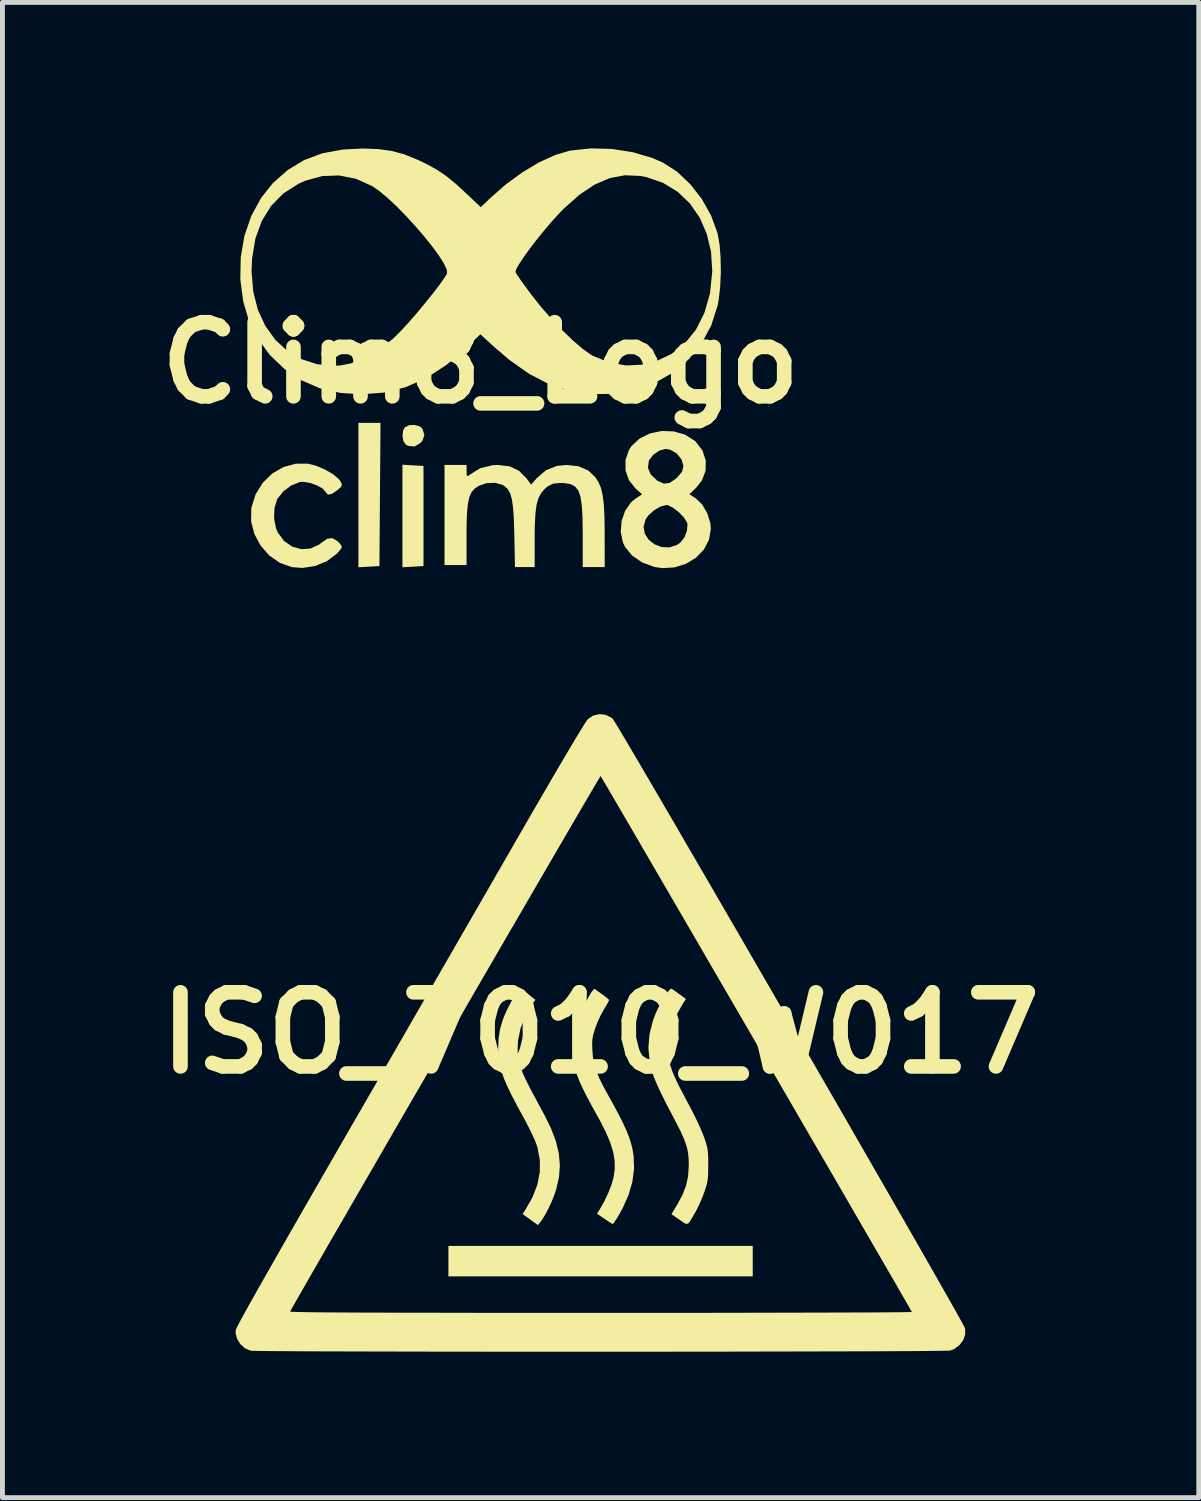
<source format=kicad_pcb>
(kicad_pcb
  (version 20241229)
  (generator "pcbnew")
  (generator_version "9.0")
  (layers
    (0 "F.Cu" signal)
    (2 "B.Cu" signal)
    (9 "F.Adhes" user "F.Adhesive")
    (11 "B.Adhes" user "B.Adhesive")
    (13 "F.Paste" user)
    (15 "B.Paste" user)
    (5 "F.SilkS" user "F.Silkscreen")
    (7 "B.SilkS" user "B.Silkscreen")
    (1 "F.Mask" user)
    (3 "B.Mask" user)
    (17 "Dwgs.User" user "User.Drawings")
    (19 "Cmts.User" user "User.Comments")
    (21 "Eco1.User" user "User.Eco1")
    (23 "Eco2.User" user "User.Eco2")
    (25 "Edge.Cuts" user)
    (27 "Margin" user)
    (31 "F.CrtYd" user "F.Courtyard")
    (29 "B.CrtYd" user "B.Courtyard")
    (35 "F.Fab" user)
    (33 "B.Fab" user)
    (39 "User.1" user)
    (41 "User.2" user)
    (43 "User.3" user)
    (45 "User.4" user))
  (footprint "Clim8_Logo"
    (layer "F.Cu")
    (at 6.829 4.408)
    (property "Reference" "Clim8_Logo" (at 0 0 0) (layer "F.SilkS") (effects (font (size 1.524 1.524) (thickness 0.3))))
    (attr board_only exclude_from_pos_files exclude_from_bom)
    (fp_poly (pts (xy -2.068 2.707) (xy -2.079 4.178) (xy -2.295 4.191) (xy -2.511 4.203) (xy -2.511 1.235) (xy -2.057 1.235)) (stroke (width 0) (type solid)) (fill yes) (layer "F.SilkS"))
    (fp_poly (pts (xy -1.389 2.108) (xy -1.173 2.12) (xy -1.173 4.178) (xy -1.389 4.191) (xy -1.606 4.203) (xy -1.606 2.095)) (stroke (width 0) (type solid)) (fill yes) (layer "F.SilkS"))
    (fp_poly (pts (xy -1.246 1.309) (xy -1.195 1.356) (xy -1.155 1.485) (xy -1.192 1.596) (xy -1.235 1.647) (xy -1.353 1.719) (xy -1.48 1.71) (xy -1.533 1.685) (xy -1.585 1.614) (xy -1.605 1.503) (xy -1.592 1.391) (xy -1.556 1.326) (xy -1.467 1.282) (xy -1.351 1.278)) (stroke (width 0) (type solid)) (fill yes) (layer "F.SilkS"))
    (fp_poly (pts (xy -3.55 2.074) (xy -3.383 2.116) (xy -3.203 2.192) (xy -3.04 2.286) (xy -2.919 2.385) (xy -2.889 2.423) (xy -2.851 2.492) (xy -2.86 2.541) (xy -2.924 2.602) (xy -2.945 2.619) (xy -3.061 2.697) (xy -3.137 2.71) (xy -3.183 2.66) (xy -3.186 2.653) (xy -3.248 2.584) (xy -3.363 2.52) (xy -3.504 2.47) (xy -3.641 2.447) (xy -3.717 2.451) (xy -3.893 2.522) (xy -4.058 2.647) (xy -4.178 2.798) (xy -4.183 2.809) (xy -4.237 2.987) (xy -4.245 3.196) (xy -4.206 3.4) (xy -4.169 3.488) (xy -4.041 3.661) (xy -3.875 3.777) (xy -3.688 3.831) (xy -3.498 3.819) (xy -3.319 3.737) (xy -3.275 3.702) (xy -3.15 3.616) (xy -3.044 3.604) (xy -2.94 3.667) (xy -2.901 3.707) (xy -2.859 3.76) (xy -2.857 3.805) (xy -2.902 3.866) (xy -2.964 3.932) (xy -3.159 4.078) (xy -3.399 4.176) (xy -3.659 4.217) (xy -3.879 4.201) (xy -4.127 4.113) (xy -4.345 3.96) (xy -4.522 3.757) (xy -4.65 3.519) (xy -4.717 3.26) (xy -4.713 2.995) (xy -4.71 2.976) (xy -4.624 2.702) (xy -4.477 2.466) (xy -4.282 2.276) (xy -4.051 2.142) (xy -3.794 2.073)) (stroke (width 0) (type solid)) (fill yes) (layer "F.SilkS"))
    (fp_poly (pts (xy -0.288 2.229) (xy -0.284 2.315) (xy -0.262 2.331) (xy -0.216 2.296) (xy -0.007 2.166) (xy 0.246 2.105) (xy 0.358 2.1) (xy 0.597 2.128) (xy 0.787 2.218) (xy 0.945 2.376) (xy 0.949 2.381) (xy 1.039 2.503) (xy 1.158 2.368) (xy 1.347 2.207) (xy 1.571 2.119) (xy 1.767 2.1) (xy 2.018 2.128) (xy 2.217 2.216) (xy 2.359 2.353) (xy 2.425 2.455) (xy 2.475 2.573) (xy 2.51 2.721) (xy 2.533 2.91) (xy 2.546 3.153) (xy 2.551 3.463) (xy 2.551 3.53) (xy 2.552 4.199) (xy 2.1 4.199) (xy 2.1 3.518) (xy 2.096 3.195) (xy 2.082 2.945) (xy 2.055 2.759) (xy 2.01 2.627) (xy 1.942 2.542) (xy 1.849 2.494) (xy 1.725 2.473) (xy 1.633 2.47) (xy 1.488 2.485) (xy 1.377 2.542) (xy 1.326 2.586) (xy 1.249 2.673) (xy 1.192 2.778) (xy 1.152 2.914) (xy 1.128 3.094) (xy 1.115 3.332) (xy 1.112 3.612) (xy 1.112 4.199) (xy 0.707 4.199) (xy 0.693 3.509) (xy 0.684 3.207) (xy 0.668 2.976) (xy 0.643 2.804) (xy 0.607 2.68) (xy 0.556 2.593) (xy 0.487 2.532) (xy 0.447 2.508) (xy 0.295 2.466) (xy 0.117 2.476) (xy -0.03 2.526) (xy -0.119 2.584) (xy -0.186 2.659) (xy -0.233 2.765) (xy -0.263 2.913) (xy -0.281 3.114) (xy -0.288 3.381) (xy -0.288 3.516) (xy -0.288 4.158) (xy -0.741 4.158) (xy -0.741 2.1) (xy -0.288 2.1)) (stroke (width 0) (type solid)) (fill yes) (layer "F.SilkS"))
    (fp_poly (pts (xy 3.968 1.41) (xy 4.2 1.475) (xy 4.399 1.6) (xy 4.42 1.618) (xy 4.561 1.801) (xy 4.629 2.007) (xy 4.626 2.218) (xy 4.55 2.42) (xy 4.426 2.575) (xy 4.293 2.701) (xy 4.426 2.788) (xy 4.557 2.915) (xy 4.661 3.094) (xy 4.723 3.294) (xy 4.734 3.411) (xy 4.696 3.638) (xy 4.59 3.84) (xy 4.428 4.007) (xy 4.223 4.132) (xy 3.987 4.206) (xy 3.733 4.221) (xy 3.57 4.196) (xy 3.322 4.104) (xy 3.117 3.964) (xy 2.97 3.785) (xy 2.925 3.692) (xy 2.881 3.476) (xy 2.89 3.372) (xy 3.351 3.372) (xy 3.377 3.515) (xy 3.458 3.639) (xy 3.578 3.733) (xy 3.724 3.788) (xy 3.882 3.795) (xy 4.038 3.744) (xy 4.106 3.696) (xy 4.19 3.59) (xy 4.243 3.453) (xy 4.254 3.322) (xy 4.244 3.282) (xy 4.182 3.183) (xy 4.082 3.078) (xy 3.967 2.986) (xy 3.862 2.931) (xy 3.822 2.923) (xy 3.699 2.954) (xy 3.563 3.034) (xy 3.446 3.141) (xy 3.393 3.218) (xy 3.351 3.372) (xy 2.89 3.372) (xy 2.899 3.25) (xy 2.973 3.04) (xy 3.095 2.866) (xy 3.185 2.792) (xy 3.321 2.703) (xy 3.186 2.584) (xy 3.049 2.413) (xy 2.98 2.212) (xy 2.98 2.158) (xy 3.44 2.158) (xy 3.499 2.297) (xy 3.635 2.424) (xy 3.646 2.43) (xy 3.768 2.484) (xy 3.884 2.47) (xy 4.011 2.385) (xy 4.041 2.358) (xy 4.142 2.238) (xy 4.171 2.124) (xy 4.133 1.992) (xy 4.13 1.986) (xy 4.034 1.865) (xy 3.9 1.787) (xy 3.804 1.77) (xy 3.677 1.804) (xy 3.552 1.889) (xy 3.466 1.999) (xy 3.46 2.011) (xy 3.44 2.158) (xy 2.98 2.158) (xy 2.979 1.999) (xy 3.05 1.793) (xy 3.103 1.711) (xy 3.272 1.554) (xy 3.485 1.451) (xy 3.723 1.402)) (stroke (width 0) (type solid)) (fill yes) (layer "F.SilkS"))
    (fp_poly (pts (xy 2.703 -4.396) (xy 3.134 -4.328) (xy 3.536 -4.209) (xy 3.752 -4.114) (xy 4.044 -3.925) (xy 4.313 -3.67) (xy 4.549 -3.366) (xy 4.738 -3.028) (xy 4.869 -2.672) (xy 4.875 -2.649) (xy 4.913 -2.432) (xy 4.934 -2.161) (xy 4.939 -1.864) (xy 4.926 -1.568) (xy 4.896 -1.301) (xy 4.874 -1.181) (xy 4.741 -0.766) (xy 4.542 -0.396) (xy 4.281 -0.074) (xy 3.965 0.195) (xy 3.598 0.405) (xy 3.185 0.554) (xy 2.733 0.635) (xy 2.696 0.639) (xy 2.255 0.644) (xy 1.83 0.58) (xy 1.416 0.443) (xy 1.006 0.232) (xy 0.595 -0.057) (xy 0.276 -0.329) (xy -0.004 -0.587) (xy -0.3 -0.301) (xy -0.704 0.046) (xy -1.116 0.313) (xy -1.54 0.501) (xy -1.981 0.612) (xy -2.446 0.648) (xy -2.882 0.619) (xy -3.299 0.525) (xy -3.684 0.359) (xy -4.031 0.128) (xy -4.333 -0.161) (xy -4.581 -0.501) (xy -4.768 -0.885) (xy -4.878 -1.257) (xy -4.939 -1.715) (xy -4.936 -1.873) (xy -4.708 -1.873) (xy -4.673 -1.462) (xy -4.577 -1.087) (xy -4.423 -0.756) (xy -4.219 -0.472) (xy -3.97 -0.243) (xy -3.68 -0.074) (xy -3.356 0.03) (xy -3.002 0.061) (xy -2.882 0.055) (xy -2.673 0.014) (xy -2.435 -0.072) (xy -2.361 -0.106) (xy -2.09 -0.266) (xy -1.812 -0.486) (xy -1.759 -0.534) (xy -1.634 -0.66) (xy -1.483 -0.824) (xy -1.318 -1.013) (xy -1.152 -1.212) (xy -0.994 -1.408) (xy -0.857 -1.586) (xy -0.752 -1.733) (xy -0.691 -1.834) (xy -0.689 -1.839) (xy -0.691 -1.864) (xy 0.718 -1.864) (xy 0.751 -1.809) (xy 0.822 -1.704) (xy 0.923 -1.564) (xy 1.039 -1.407) (xy 1.24 -1.153) (xy 1.459 -0.902) (xy 1.685 -0.664) (xy 1.905 -0.453) (xy 2.105 -0.282) (xy 2.274 -0.163) (xy 2.305 -0.145) (xy 2.643 -0.007) (xy 2.992 0.055) (xy 3.34 0.038) (xy 3.601 -0.028) (xy 3.928 -0.184) (xy 4.206 -0.405) (xy 4.431 -0.686) (xy 4.601 -1.024) (xy 4.713 -1.416) (xy 4.72 -1.458) (xy 4.763 -1.88) (xy 4.738 -2.28) (xy 4.65 -2.651) (xy 4.504 -2.985) (xy 4.303 -3.275) (xy 4.052 -3.515) (xy 3.754 -3.698) (xy 3.415 -3.816) (xy 3.287 -3.841) (xy 2.969 -3.855) (xy 2.657 -3.797) (xy 2.346 -3.664) (xy 2.031 -3.454) (xy 1.708 -3.166) (xy 1.629 -3.085) (xy 1.473 -2.915) (xy 1.312 -2.726) (xy 1.154 -2.531) (xy 1.008 -2.341) (xy 0.884 -2.168) (xy 0.788 -2.023) (xy 0.73 -1.917) (xy 0.718 -1.864) (xy -0.691 -1.864) (xy -0.695 -1.916) (xy -0.752 -2.039) (xy -0.853 -2.2) (xy -0.99 -2.387) (xy -1.153 -2.591) (xy -1.335 -2.803) (xy -1.527 -3.012) (xy -1.72 -3.21) (xy -1.907 -3.385) (xy -2.08 -3.53) (xy -2.229 -3.633) (xy -2.231 -3.634) (xy -2.562 -3.783) (xy -2.904 -3.851) (xy -3.252 -3.839) (xy -3.597 -3.745) (xy -3.745 -3.679) (xy -4.055 -3.481) (xy -4.306 -3.225) (xy -4.498 -2.915) (xy -4.629 -2.554) (xy -4.697 -2.142) (xy -4.708 -1.873) (xy -4.936 -1.873) (xy -4.93 -2.169) (xy -4.855 -2.606) (xy -4.715 -3.016) (xy -4.514 -3.387) (xy -4.272 -3.691) (xy -3.966 -3.962) (xy -3.629 -4.166) (xy -3.254 -4.306) (xy -2.833 -4.384) (xy -2.431 -4.405) (xy -2.11 -4.394) (xy -1.834 -4.357) (xy -1.573 -4.287) (xy -1.297 -4.175) (xy -1.122 -4.092) (xy -0.903 -3.973) (xy -0.709 -3.842) (xy -0.51 -3.68) (xy -0.368 -3.55) (xy 0.005 -3.199) (xy 0.198 -3.385) (xy 0.519 -3.667) (xy 0.858 -3.914) (xy 1.198 -4.118) (xy 1.527 -4.269) (xy 1.829 -4.36) (xy 1.848 -4.363) (xy 2.267 -4.408)) (stroke (width 0) (type solid)) (fill yes) (layer "F.SilkS")))
  (footprint "ISO_7010_W017"
    (layer "F.Cu")
    (at 9.296 18.183)
    (property "Reference" "ISO_7010_W017" (at 0 0 0) (layer "F.SilkS") (effects (font (size 1.524 1.524) (thickness 0.3))))
    (attr board_only exclude_from_pos_files exclude_from_bom)
    (fp_poly (pts (xy 3.128 5.005) (xy -3.128 5.005) (xy -3.128 4.379) (xy 3.128 4.379)) (stroke (width 0) (type solid)) (fill yes) (layer "F.SilkS"))
    (fp_poly (pts (xy -1.639 -0.886) (xy -1.57 -0.848) (xy -1.467 -0.777) (xy -1.403 -0.728) (xy -1.341 -0.681) (xy -1.406 -0.583) (xy -1.55 -0.334) (xy -1.646 -0.091) (xy -1.696 0.151) (xy -1.705 0.306) (xy -1.703 0.4) (xy -1.697 0.487) (xy -1.683 0.573) (xy -1.66 0.663) (xy -1.625 0.762) (xy -1.578 0.876) (xy -1.514 1.01) (xy -1.433 1.17) (xy -1.331 1.36) (xy -1.208 1.588) (xy -1.169 1.659) (xy -1.024 1.95) (xy -0.921 2.22) (xy -0.859 2.475) (xy -0.837 2.723) (xy -0.855 2.967) (xy -0.912 3.215) (xy -0.952 3.335) (xy -1.007 3.472) (xy -1.072 3.611) (xy -1.141 3.741) (xy -1.206 3.847) (xy -1.244 3.898) (xy -1.289 3.951) (xy -1.446 3.837) (xy -1.603 3.723) (xy -1.551 3.645) (xy -1.401 3.382) (xy -1.301 3.123) (xy -1.25 2.868) (xy -1.248 2.615) (xy -1.296 2.363) (xy -1.31 2.315) (xy -1.346 2.221) (xy -1.401 2.098) (xy -1.468 1.959) (xy -1.542 1.816) (xy -1.577 1.752) (xy -1.714 1.501) (xy -1.826 1.287) (xy -1.916 1.102) (xy -1.985 0.94) (xy -2.036 0.795) (xy -2.071 0.661) (xy -2.092 0.532) (xy -2.102 0.401) (xy -2.104 0.312) (xy -2.095 0.105) (xy -2.067 -0.078) (xy -2.014 -0.258) (xy -1.976 -0.356) (xy -1.934 -0.452) (xy -1.881 -0.558) (xy -1.823 -0.666) (xy -1.766 -0.763) (xy -1.717 -0.839) (xy -1.682 -0.884) (xy -1.675 -0.89)) (stroke (width 0) (type solid)) (fill yes) (layer "F.SilkS"))
    (fp_poly (pts (xy 0.022 -0.801) (xy 0.096 -0.747) (xy 0.15 -0.703) (xy 0.175 -0.676) (xy 0.175 -0.674) (xy 0.163 -0.646) (xy 0.13 -0.586) (xy 0.083 -0.506) (xy 0.065 -0.477) (xy 0.002 -0.362) (xy -0.06 -0.227) (xy -0.11 -0.098) (xy -0.113 -0.089) (xy -0.147 0.023) (xy -0.166 0.113) (xy -0.173 0.203) (xy -0.171 0.314) (xy -0.169 0.355) (xy -0.156 0.509) (xy -0.128 0.652) (xy -0.084 0.796) (xy -0.018 0.951) (xy 0.072 1.129) (xy 0.13 1.234) (xy 0.264 1.475) (xy 0.374 1.68) (xy 0.462 1.856) (xy 0.532 2.008) (xy 0.586 2.143) (xy 0.626 2.268) (xy 0.655 2.387) (xy 0.676 2.509) (xy 0.679 2.53) (xy 0.689 2.789) (xy 0.654 3.059) (xy 0.574 3.335) (xy 0.45 3.612) (xy 0.385 3.728) (xy 0.332 3.816) (xy 0.287 3.884) (xy 0.258 3.923) (xy 0.251 3.929) (xy 0.224 3.916) (xy 0.168 3.881) (xy 0.094 3.831) (xy 0.081 3.823) (xy -0.073 3.717) (xy -0.01 3.616) (xy 0.081 3.454) (xy 0.163 3.278) (xy 0.229 3.106) (xy 0.267 2.969) (xy 0.291 2.799) (xy 0.289 2.629) (xy 0.259 2.45) (xy 0.2 2.258) (xy 0.11 2.044) (xy -0.013 1.803) (xy -0.048 1.739) (xy -0.178 1.505) (xy -0.284 1.306) (xy -0.369 1.138) (xy -0.435 0.993) (xy -0.484 0.865) (xy -0.52 0.747) (xy -0.544 0.634) (xy -0.56 0.519) (xy -0.568 0.398) (xy -0.571 0.189) (xy -0.551 0.002) (xy -0.507 -0.178) (xy -0.434 -0.368) (xy -0.361 -0.522) (xy -0.304 -0.633) (xy -0.249 -0.732) (xy -0.205 -0.809) (xy -0.179 -0.848) (xy -0.132 -0.909)) (stroke (width 0) (type solid)) (fill yes) (layer "F.SilkS"))
    (fp_poly (pts (xy 1.494 -0.886) (xy 1.555 -0.843) (xy 1.622 -0.794) (xy 1.754 -0.697) (xy 1.702 -0.618) (xy 1.556 -0.362) (xy 1.453 -0.108) (xy 1.395 0.141) (xy 1.383 0.381) (xy 1.411 0.581) (xy 1.437 0.677) (xy 1.47 0.777) (xy 1.516 0.889) (xy 1.575 1.018) (xy 1.653 1.172) (xy 1.751 1.358) (xy 1.82 1.487) (xy 1.899 1.638) (xy 1.977 1.795) (xy 2.046 1.945) (xy 2.101 2.075) (xy 2.125 2.138) (xy 2.162 2.246) (xy 2.187 2.331) (xy 2.202 2.409) (xy 2.21 2.495) (xy 2.213 2.604) (xy 2.213 2.715) (xy 2.212 2.855) (xy 2.208 2.959) (xy 2.198 3.043) (xy 2.18 3.123) (xy 2.153 3.212) (xy 2.132 3.274) (xy 2.083 3.403) (xy 2.023 3.539) (xy 1.964 3.658) (xy 1.948 3.687) (xy 1.883 3.8) (xy 1.837 3.875) (xy 1.802 3.916) (xy 1.768 3.928) (xy 1.728 3.913) (xy 1.673 3.876) (xy 1.621 3.84) (xy 1.457 3.727) (xy 1.576 3.53) (xy 1.684 3.329) (xy 1.757 3.142) (xy 1.798 2.952) (xy 1.813 2.744) (xy 1.813 2.703) (xy 1.81 2.589) (xy 1.801 2.486) (xy 1.783 2.387) (xy 1.753 2.283) (xy 1.71 2.168) (xy 1.65 2.034) (xy 1.57 1.875) (xy 1.469 1.682) (xy 1.424 1.597) (xy 1.341 1.438) (xy 1.261 1.276) (xy 1.188 1.124) (xy 1.129 0.991) (xy 1.088 0.888) (xy 1.084 0.877) (xy 1.009 0.591) (xy 0.983 0.31) (xy 1.005 0.031) (xy 1.076 -0.251) (xy 1.129 -0.392) (xy 1.18 -0.502) (xy 1.238 -0.614) (xy 1.299 -0.718) (xy 1.358 -0.807) (xy 1.408 -0.873) (xy 1.446 -0.907) (xy 1.46 -0.909)) (stroke (width 0) (type solid)) (fill yes) (layer "F.SilkS"))
    (fp_poly (pts (xy 0.1 -6.54) (xy 0.218 -6.483) (xy 0.245 -6.462) (xy 0.264 -6.435) (xy 0.307 -6.367) (xy 0.372 -6.26) (xy 0.458 -6.115) (xy 0.565 -5.935) (xy 0.69 -5.723) (xy 0.833 -5.48) (xy 0.992 -5.208) (xy 1.167 -4.909) (xy 1.355 -4.586) (xy 1.557 -4.241) (xy 1.769 -3.875) (xy 1.992 -3.492) (xy 2.225 -3.092) (xy 2.465 -2.678) (xy 2.712 -2.253) (xy 2.964 -1.818) (xy 3.22 -1.375) (xy 3.48 -0.926) (xy 3.741 -0.475) (xy 4.003 -0.022) (xy 4.265 0.431) (xy 4.524 0.88) (xy 4.781 1.324) (xy 5.033 1.762) (xy 5.279 2.19) (xy 5.519 2.606) (xy 5.751 3.01) (xy 5.974 3.398) (xy 6.187 3.768) (xy 6.388 4.118) (xy 6.576 4.447) (xy 6.75 4.751) (xy 6.909 5.03) (xy 7.051 5.28) (xy 7.176 5.5) (xy 7.282 5.688) (xy 7.368 5.842) (xy 7.433 5.958) (xy 7.475 6.036) (xy 7.493 6.074) (xy 7.494 6.076) (xy 7.496 6.196) (xy 7.456 6.313) (xy 7.38 6.416) (xy 7.276 6.495) (xy 7.189 6.53) (xy 7.156 6.532) (xy 7.076 6.534) (xy 6.951 6.536) (xy 6.782 6.538) (xy 6.574 6.54) (xy 6.328 6.542) (xy 6.046 6.543) (xy 5.731 6.545) (xy 5.386 6.546) (xy 5.012 6.547) (xy 4.613 6.548) (xy 4.191 6.549) (xy 3.748 6.55) (xy 3.287 6.551) (xy 2.809 6.552) (xy 2.319 6.553) (xy 1.817 6.553) (xy 1.306 6.554) (xy 0.79 6.554) (xy 0.27 6.554) (xy -0.252 6.554) (xy -0.772 6.554) (xy -1.289 6.554) (xy -1.8 6.554) (xy -2.302 6.554) (xy -2.794 6.553) (xy -3.272 6.553) (xy -3.734 6.552) (xy -4.178 6.551) (xy -4.601 6.55) (xy -5.002 6.549) (xy -5.376 6.548) (xy -5.723 6.547) (xy -6.039 6.546) (xy -6.323 6.544) (xy -6.571 6.542) (xy -6.781 6.541) (xy -6.952 6.539) (xy -7.079 6.537) (xy -7.162 6.535) (xy -7.197 6.533) (xy -7.197 6.533) (xy -7.311 6.483) (xy -7.405 6.398) (xy -7.472 6.291) (xy -7.503 6.173) (xy -7.501 6.11) (xy -7.488 6.078) (xy -7.454 6.009) (xy -7.398 5.903) (xy -7.319 5.759) (xy -7.302 5.728) (xy -6.381 5.728) (xy -6.366 5.731) (xy -6.321 5.734) (xy -6.243 5.737) (xy -6.133 5.739) (xy -5.989 5.742) (xy -5.809 5.744) (xy -5.594 5.746) (xy -5.341 5.747) (xy -5.05 5.749) (xy -4.72 5.75) (xy -4.349 5.751) (xy -3.937 5.753) (xy -3.481 5.753) (xy -2.982 5.754) (xy -2.439 5.755) (xy -1.849 5.755) (xy -1.212 5.755) (xy -0.527 5.756) (xy 0.014 5.756) (xy 0.576 5.756) (xy 1.125 5.755) (xy 1.658 5.755) (xy 2.174 5.755) (xy 2.671 5.754) (xy 3.145 5.753) (xy 3.596 5.752) (xy 4.021 5.751) (xy 4.419 5.75) (xy 4.786 5.749) (xy 5.121 5.748) (xy 5.422 5.747) (xy 5.686 5.746) (xy 5.912 5.744) (xy 6.098 5.743) (xy 6.241 5.741) (xy 6.34 5.739) (xy 6.392 5.738) (xy 6.399 5.737) (xy 6.379 5.7) (xy 6.335 5.623) (xy 6.268 5.508) (xy 6.181 5.357) (xy 6.075 5.172) (xy 5.95 4.956) (xy 5.808 4.711) (xy 5.65 4.439) (xy 5.478 4.142) (xy 5.293 3.823) (xy 5.096 3.483) (xy 4.889 3.125) (xy 4.672 2.751) (xy 4.447 2.364) (xy 4.216 1.965) (xy 3.979 1.557) (xy 3.738 1.142) (xy 3.494 0.722) (xy 3.249 0.3) (xy 3.004 -0.123) (xy 2.759 -0.544) (xy 2.517 -0.961) (xy 2.278 -1.371) (xy 2.045 -1.773) (xy 1.817 -2.165) (xy 1.597 -2.543) (xy 1.386 -2.906) (xy 1.184 -3.252) (xy 0.994 -3.579) (xy 0.817 -3.883) (xy 0.654 -4.164) (xy 0.506 -4.418) (xy 0.374 -4.644) (xy 0.26 -4.839) (xy 0.165 -5.002) (xy 0.09 -5.129) (xy 0.037 -5.219) (xy 0.007 -5.27) (xy 0.001 -5.28) (xy -0.013 -5.259) (xy -0.051 -5.196) (xy -0.111 -5.095) (xy -0.192 -4.957) (xy -0.293 -4.785) (xy -0.413 -4.58) (xy -0.55 -4.345) (xy -0.703 -4.083) (xy -0.871 -3.795) (xy -1.052 -3.484) (xy -1.246 -3.151) (xy -1.45 -2.8) (xy -1.664 -2.431) (xy -1.887 -2.049) (xy -2.116 -1.654) (xy -2.351 -1.249) (xy -2.591 -0.836) (xy -2.833 -0.418) (xy -3.078 0.004) (xy -3.323 0.427) (xy -3.567 0.848) (xy -3.81 1.267) (xy -4.049 1.68) (xy -4.284 2.085) (xy -4.512 2.481) (xy -4.734 2.864) (xy -4.947 3.232) (xy -5.151 3.585) (xy -5.343 3.918) (xy -5.524 4.23) (xy -5.69 4.519) (xy -5.842 4.783) (xy -5.978 5.019) (xy -6.096 5.225) (xy -6.196 5.399) (xy -6.275 5.538) (xy -6.334 5.641) (xy -6.369 5.705) (xy -6.381 5.728) (xy -7.302 5.728) (xy -7.218 5.577) (xy -7.094 5.356) (xy -6.947 5.096) (xy -6.776 4.796) (xy -6.582 4.455) (xy -6.364 4.074) (xy -6.122 3.652) (xy -5.855 3.188) (xy -5.564 2.682) (xy -5.248 2.134) (xy -5.15 1.963) (xy -4.887 1.509) (xy -4.618 1.043) (xy -4.345 0.57) (xy -4.07 0.093) (xy -3.796 -0.383) (xy -3.524 -0.854) (xy -3.257 -1.317) (xy -2.997 -1.767) (xy -2.747 -2.201) (xy -2.508 -2.615) (xy -2.283 -3.005) (xy -2.075 -3.367) (xy -1.884 -3.697) (xy -1.715 -3.992) (xy -1.578 -4.229) (xy -1.384 -4.566) (xy -1.2 -4.882) (xy -1.029 -5.177) (xy -0.871 -5.447) (xy -0.728 -5.69) (xy -0.601 -5.904) (xy -0.492 -6.086) (xy -0.402 -6.234) (xy -0.333 -6.345) (xy -0.285 -6.418) (xy -0.262 -6.449) (xy -0.152 -6.523) (xy -0.027 -6.553)) (stroke (width 0) (type solid)) (fill yes) (layer "F.SilkS")))
  (gr_rect
    (start -3 -3)
    (end 21.593 27.737)
    (stroke (width 0.1) (type default))
    (fill no)
    (layer "Edge.Cuts")))
</source>
